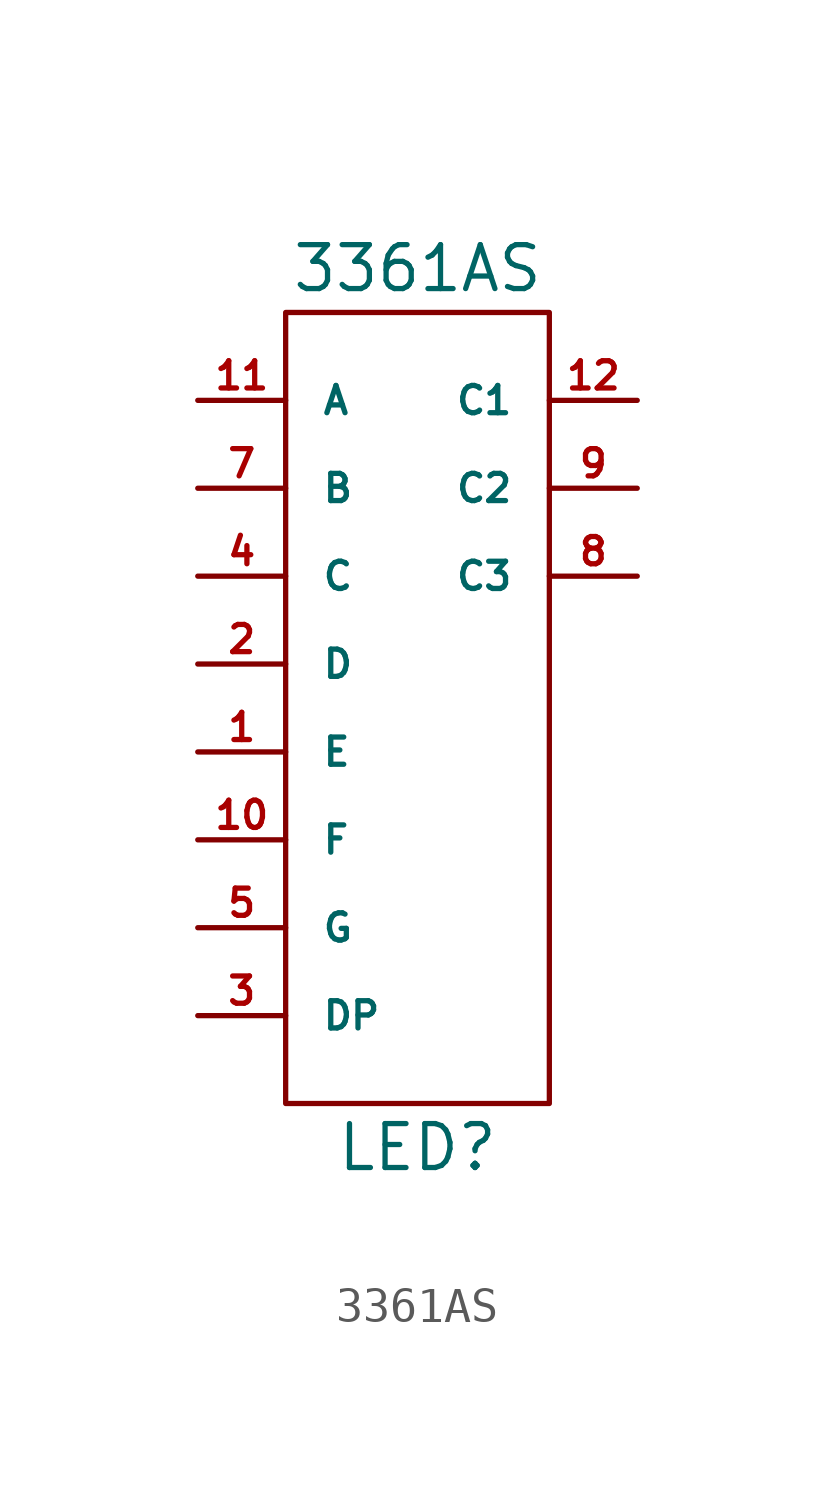
<source format=kicad_sym>
(kicad_symbol_lib
  (version 20201005)
  (generator kicad_symbol_editor)
  (symbol "3361AS"
    (pin_names
      (offset 1.016))
    (property "Reference" "LED"
      (at 0 -17.78 0)
      (effects (font (size 1.27 1.27))))
    (property "Value" "3361AS"
      (at 0 7.62 0)
      (effects (font (size 1.27 1.27))))
    (symbol "3361AS_0_1"
      (rectangle (start -3.81 6.35) (end 3.81 -16.51) (stroke (width 0)) (fill (type none))))
    (symbol "3361AS_1_1"
      (pin input line (at -6.35 -6.35 0) (length 2.54) (name "E" (effects (font (size 0.787 0.787)))) (number "1" (effects (font (size 0.787 0.787)))))
      (pin input line (at -6.35 -8.89 0) (length 2.54) (name "F" (effects (font (size 0.787 0.787)))) (number "10" (effects (font (size 0.787 0.787)))))
      (pin input line (at -6.35 3.81 0) (length 2.54) (name "A" (effects (font (size 0.787 0.787)))) (number "11" (effects (font (size 0.787 0.787)))))
      (pin input line (at 6.35 3.81 180) (length 2.54) (name "C1" (effects (font (size 0.787 0.787)))) (number "12" (effects (font (size 0.787 0.787)))))
      (pin input line (at -6.35 -3.81 0) (length 2.54) (name "D" (effects (font (size 0.787 0.787)))) (number "2" (effects (font (size 0.787 0.787)))))
      (pin input line (at -6.35 -13.97 0) (length 2.54) (name "DP" (effects (font (size 0.787 0.787)))) (number "3" (effects (font (size 0.787 0.787)))))
      (pin input line (at -6.35 -1.27 0) (length 2.54) (name "C" (effects (font (size 0.787 0.787)))) (number "4" (effects (font (size 0.787 0.787)))))
      (pin input line (at -6.35 -11.43 0) (length 2.54) (name "G" (effects (font (size 0.787 0.787)))) (number "5" (effects (font (size 0.787 0.787)))))
      (pin input line (at -6.35 1.27 0) (length 2.54) (name "B" (effects (font (size 0.787 0.787)))) (number "7" (effects (font (size 0.787 0.787)))))
      (pin input line (at 6.35 -1.27 180) (length 2.54) (name "C3" (effects (font (size 0.787 0.787)))) (number "8" (effects (font (size 0.787 0.787)))))
      (pin input line (at 6.35 1.27 180) (length 2.54) (name "C2" (effects (font (size 0.787 0.787)))) (number "9" (effects (font (size 0.787 0.787))))))))
</source>
